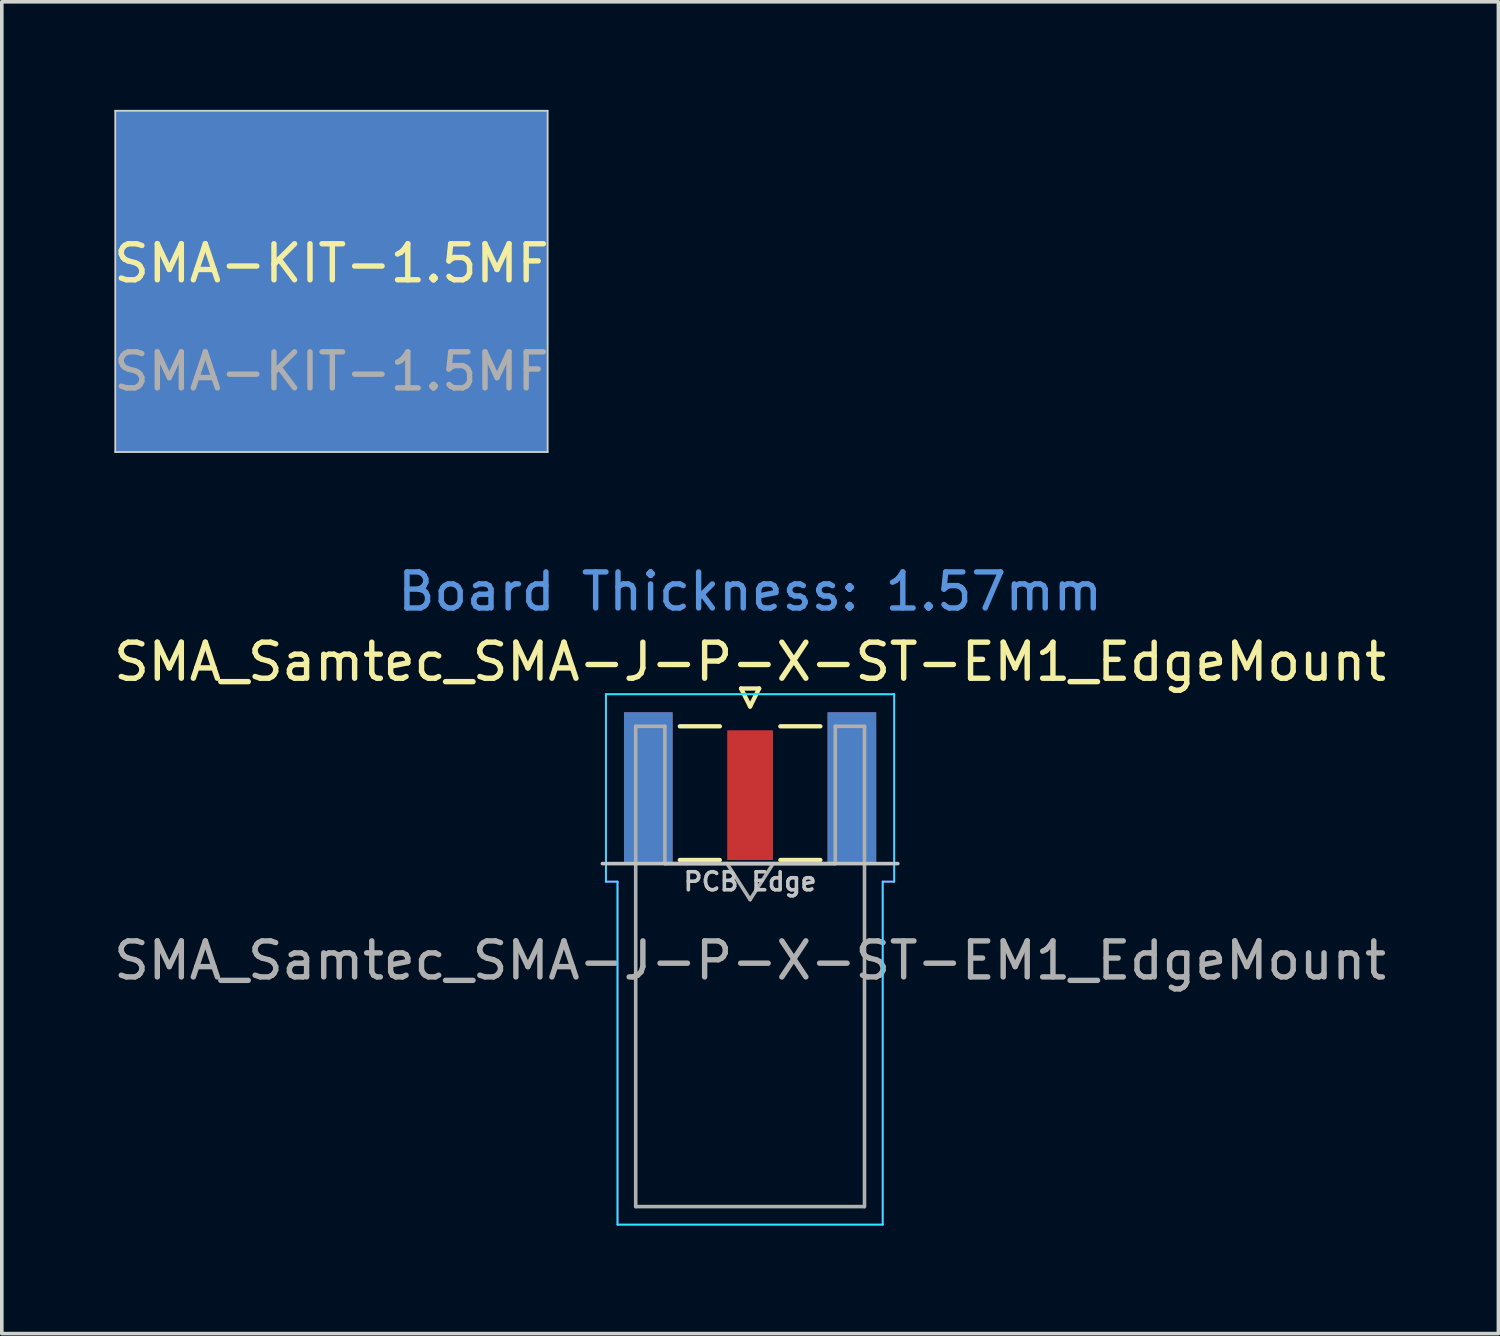
<source format=kicad_pcb>
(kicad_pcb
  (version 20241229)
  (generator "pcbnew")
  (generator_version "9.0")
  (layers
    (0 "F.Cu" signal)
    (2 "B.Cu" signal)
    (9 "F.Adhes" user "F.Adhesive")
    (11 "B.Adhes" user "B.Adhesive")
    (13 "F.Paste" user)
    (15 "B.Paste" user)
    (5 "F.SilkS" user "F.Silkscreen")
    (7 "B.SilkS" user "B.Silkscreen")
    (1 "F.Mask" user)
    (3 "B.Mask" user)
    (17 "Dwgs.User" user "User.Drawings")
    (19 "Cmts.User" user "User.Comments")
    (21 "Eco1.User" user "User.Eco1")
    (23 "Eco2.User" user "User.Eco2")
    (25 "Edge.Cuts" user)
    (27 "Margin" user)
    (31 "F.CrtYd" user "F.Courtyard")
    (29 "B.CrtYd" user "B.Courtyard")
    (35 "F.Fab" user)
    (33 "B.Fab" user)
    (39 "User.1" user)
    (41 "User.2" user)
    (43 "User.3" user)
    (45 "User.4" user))
  (footprint "SMA-KIT-1.5MF"
    (layer "F.Cu")
    (at 6.149 4.76)
    (property "Reference" "SMA-KIT-1.5MF" (at 0 -0.5 0) (unlocked yes) (layer "F.SilkS") (effects (font (size 1 1) (thickness 0.15))))
    (attr smd)
    (fp_line (start -6 -4.735) (end -6 4.735) (stroke (width 0.05) (type solid)) (layer "Edge.Cuts"))
    (fp_line (start -6 4.735) (end 6 4.735) (stroke (width 0.05) (type solid)) (layer "Edge.Cuts"))
    (fp_line (start 6 -4.735) (end -6 -4.735) (stroke (width 0.05) (type solid)) (layer "Edge.Cuts"))
    (fp_line (start 6 -4.735) (end 6 4.735) (stroke (width 0.05) (type solid)) (layer "Edge.Cuts"))
    (fp_text user "${REFERENCE}" (at 0 2.5 0) (unlocked yes) (layer "F.Fab") (effects (font (size 1 1) (thickness 0.15))))
    (pad "1" smd rect (at -5.3 0) (size 1.4 1.6) (layers "F.Cu" "F.Mask" "F.Paste"))
    (pad "2" smd rect (at 5.3 0) (size 1.4 1.6) (layers "F.Cu" "F.Mask" "F.Paste"))
    (pad "3" smd rect (at 0 0) (size 12 9.47) (layers "B.Cu" "B.Mask" "B.Paste")))
  (footprint "SMA_Samtec_SMA-J-P-X-ST-EM1_EdgeMount"
    (layer "F.Cu")
    (at 17.768 18.818)
    (property "Reference" "SMA_Samtec_SMA-J-P-X-ST-EM1_EdgeMount" (at 0 -3.5 0) (layer "F.SilkS") (effects (font (size 1 1) (thickness 0.15))))
    (attr smd)
    (fp_line (start -1.95 -1.71) (end -0.84 -1.71) (stroke (width 0.12) (type solid)) (layer "F.SilkS"))
    (fp_line (start -1.95 2) (end -0.84 2) (stroke (width 0.12) (type solid)) (layer "F.SilkS"))
    (fp_line (start -0.25 -2.76) (end 0 -2.26) (stroke (width 0.12) (type solid)) (layer "F.SilkS"))
    (fp_line (start 0 -2.26) (end 0.25 -2.76) (stroke (width 0.12) (type solid)) (layer "F.SilkS"))
    (fp_line (start 0.25 -2.76) (end -0.25 -2.76) (stroke (width 0.12) (type solid)) (layer "F.SilkS"))
    (fp_line (start 0.84 -1.71) (end 1.95 -1.71) (stroke (width 0.12) (type solid)) (layer "F.SilkS"))
    (fp_line (start 0.84 2) (end 1.95 2) (stroke (width 0.12) (type solid)) (layer "F.SilkS"))
    (fp_line (start 4.1 2.1) (end -4.1 2.1) (stroke (width 0.1) (type solid)) (layer "Dwgs.User"))
    (fp_line (start -4 -2.6) (end 4 -2.6) (stroke (width 0.05) (type solid)) (layer "B.CrtYd"))
    (fp_line (start -4 2.6) (end -4 -2.6) (stroke (width 0.05) (type solid)) (layer "B.CrtYd"))
    (fp_line (start -3.68 2.6) (end -4 2.6) (stroke (width 0.05) (type solid)) (layer "B.CrtYd"))
    (fp_line (start -3.68 12.12) (end -3.68 2.6) (stroke (width 0.05) (type solid)) (layer "B.CrtYd"))
    (fp_line (start 3.68 2.6) (end 3.68 12.12) (stroke (width 0.05) (type solid)) (layer "B.CrtYd"))
    (fp_line (start 3.68 12.12) (end -3.68 12.12) (stroke (width 0.05) (type solid)) (layer "B.CrtYd"))
    (fp_line (start 4 2.6) (end 3.68 2.6) (stroke (width 0.05) (type solid)) (layer "B.CrtYd"))
    (fp_line (start 4 2.6) (end 4 -2.6) (stroke (width 0.05) (type solid)) (layer "B.CrtYd"))
    (fp_line (start -4 -2.6) (end 4 -2.6) (stroke (width 0.05) (type solid)) (layer "F.CrtYd"))
    (fp_line (start -4 2.6) (end -4 -2.6) (stroke (width 0.05) (type solid)) (layer "F.CrtYd"))
    (fp_line (start -3.68 2.6) (end -4 2.6) (stroke (width 0.05) (type solid)) (layer "F.CrtYd"))
    (fp_line (start -3.68 12.12) (end -3.68 2.6) (stroke (width 0.05) (type solid)) (layer "F.CrtYd"))
    (fp_line (start 3.68 2.6) (end 3.68 12.12) (stroke (width 0.05) (type solid)) (layer "F.CrtYd"))
    (fp_line (start 3.68 2.6) (end 4 2.6) (stroke (width 0.05) (type solid)) (layer "F.CrtYd"))
    (fp_line (start 3.68 12.12) (end -3.68 12.12) (stroke (width 0.05) (type solid)) (layer "F.CrtYd"))
    (fp_line (start 4 2.6) (end 4 -2.6) (stroke (width 0.05) (type solid)) (layer "F.CrtYd"))
    (fp_line (start -3.175 -1.71) (end -3.175 11.62) (stroke (width 0.1) (type solid)) (layer "F.Fab"))
    (fp_line (start -2.365 -1.71) (end -3.175 -1.71) (stroke (width 0.1) (type solid)) (layer "F.Fab"))
    (fp_line (start -2.365 2.1) (end -2.365 -1.71) (stroke (width 0.1) (type solid)) (layer "F.Fab"))
    (fp_line (start 0 3.1) (end -0.64 2.1) (stroke (width 0.1) (type solid)) (layer "F.Fab"))
    (fp_line (start 0.64 2.1) (end 0 3.1) (stroke (width 0.1) (type solid)) (layer "F.Fab"))
    (fp_line (start 2.365 -1.71) (end 2.365 2.1) (stroke (width 0.1) (type solid)) (layer "F.Fab"))
    (fp_line (start 2.365 2.1) (end -2.365 2.1) (stroke (width 0.1) (type solid)) (layer "F.Fab"))
    (fp_line (start 3.165 11.62) (end -3.165 11.62) (stroke (width 0.1) (type solid)) (layer "F.Fab"))
    (fp_line (start 3.175 -1.71) (end 2.365 -1.71) (stroke (width 0.1) (type solid)) (layer "F.Fab"))
    (fp_line (start 3.175 -1.71) (end 3.175 11.62) (stroke (width 0.1) (type solid)) (layer "F.Fab"))
    (fp_text user "PCB Edge" (at 0 2.6 0) (layer "Dwgs.User") (effects (font (size 0.5 0.5) (thickness 0.1))))
    (fp_text user "Board Thickness: 1.57mm" (at 0 -5.45 0) (layer "Cmts.User") (effects (font (size 1 1) (thickness 0.15))))
    (fp_text user "${REFERENCE}" (at 0 4.79 180) (layer "F.Fab") (effects (font (size 1 1) (thickness 0.15))))
    (pad "1" smd rect (at 0 0.2) (size 1.27 3.6) (layers "F.Cu" "F.Mask" "F.Paste"))
    (pad "2" smd rect (at -2.825 0) (size 1.35 4.2) (layers "F.Cu" "F.Mask" "F.Paste"))
    (pad "2" smd rect (at -2.825 0) (size 1.35 4.2) (layers "B.Cu" "B.Mask" "B.Paste"))
    (pad "2" smd rect (at 2.825 0) (size 1.35 4.2) (layers "F.Cu" "F.Mask" "F.Paste"))
    (pad "2" smd rect (at 2.825 0) (size 1.35 4.2) (layers "B.Cu" "B.Mask" "B.Paste")))
  (gr_rect
    (start -3 -3)
    (end 38.536 33.963)
    (stroke (width 0.1) (type default))
    (fill no)
    (layer "Edge.Cuts")))
</source>
